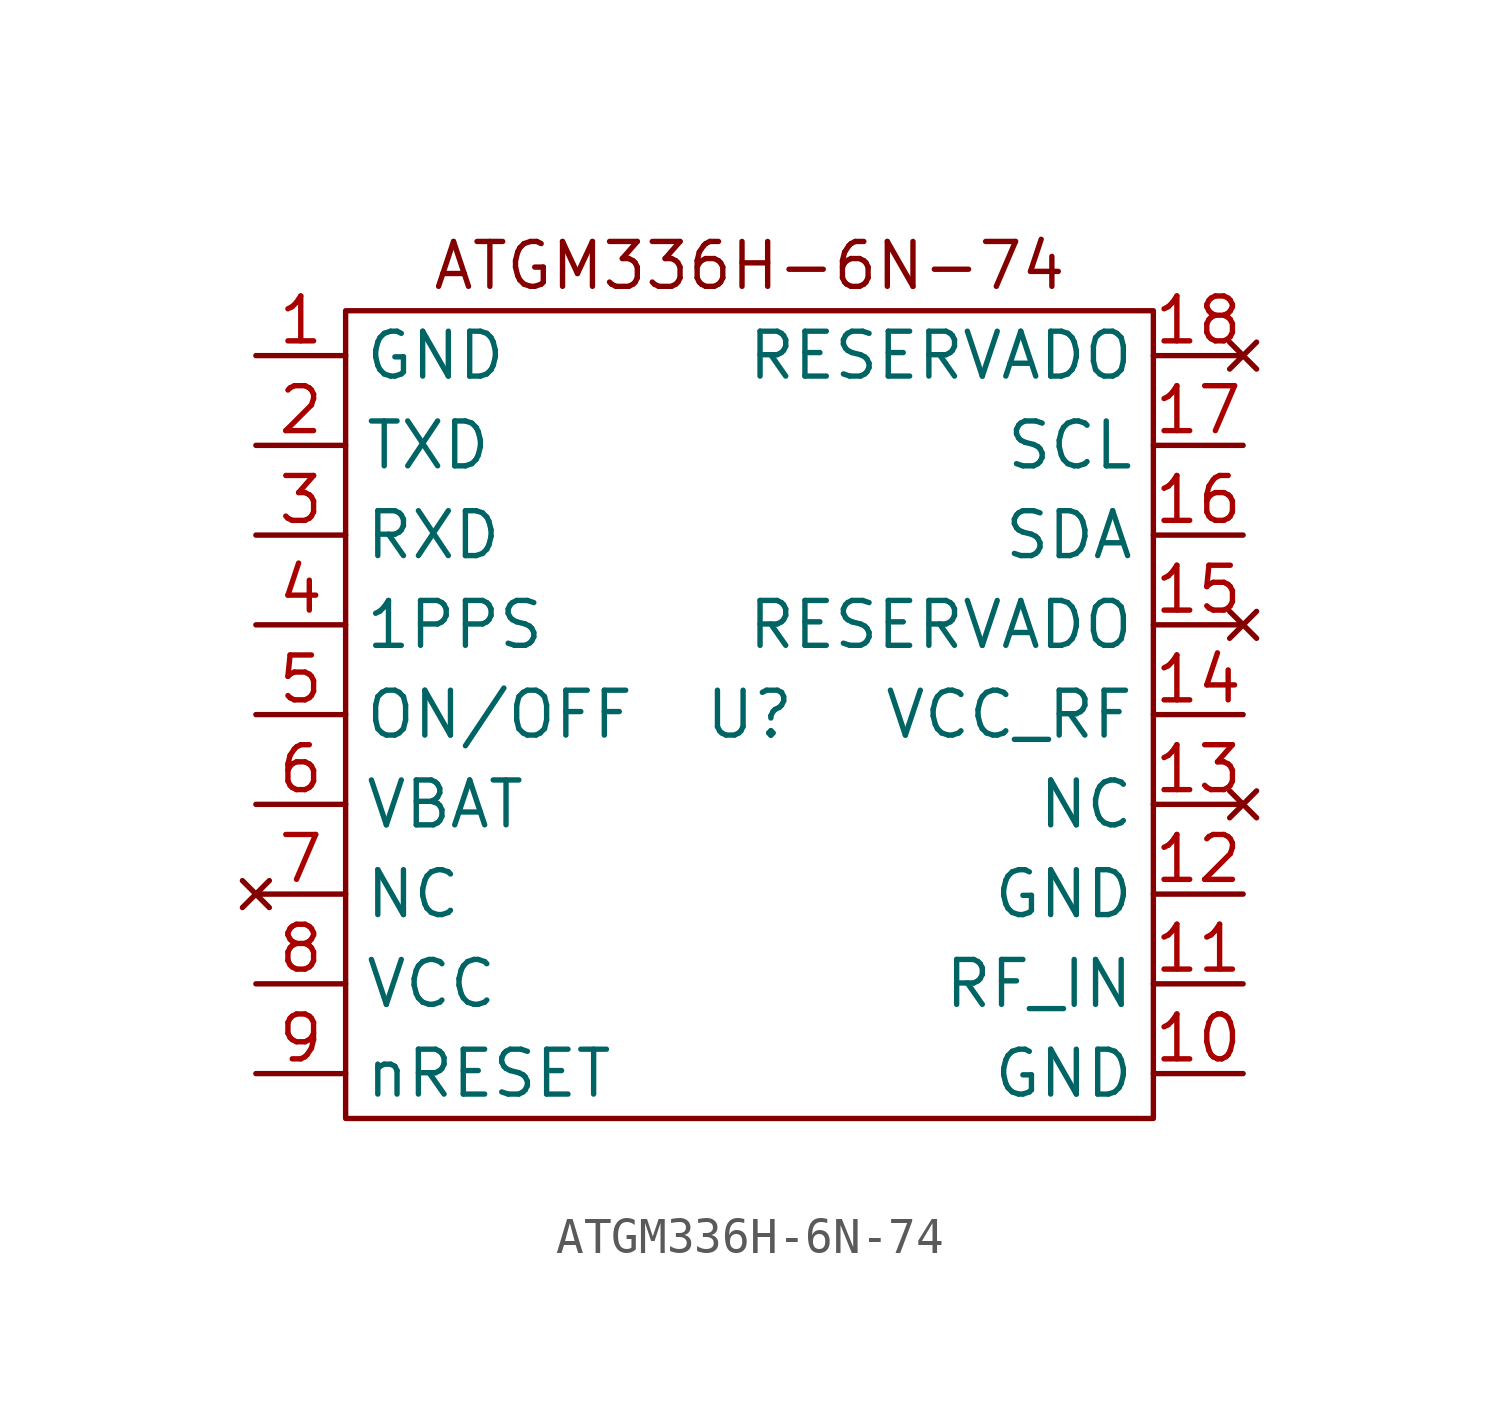
<source format=kicad_sym>
(kicad_symbol_lib
  (version 20220914)
  (generator kicad_symbol_editor)
  (symbol "ATGM336H-6N-74"
    (property "Reference" "U"
      (at 0 0 0)
      (effects (font (size 1.27 1.27))))
    (property "Value" ""
      (at 0 0 0)
      (effects (font (size 1.27 1.27))))
    (symbol "ATGM336H-6N-74_1_1"
      (text "ATGM336H-6N-74" (at 0 12.7 0) (effects (font (size 1.27 1.27))))
      (text_box "" (at -11.43 11.43 0) (size 22.86 -22.86) (stroke (width 0) (type default)) (fill (type color) (color 0 0 0 0)) (effects (font (size 1.27 1.27))))
      (pin power_in line (at -13.97 10.16 0) (length 2.54) (name "GND" (effects (font (size 1.27 1.27)))) (number "1" (effects (font (size 1.27 1.27)))))
      (pin power_in line (at 13.97 -10.16 180) (length 2.54) (name "GND" (effects (font (size 1.27 1.27)))) (number "10" (effects (font (size 1.27 1.27)))))
      (pin input line (at 13.97 -7.62 180) (length 2.54) (name "RF_IN" (effects (font (size 1.27 1.27)))) (number "11" (effects (font (size 1.27 1.27)))))
      (pin power_in line (at 13.97 -5.08 180) (length 2.54) (name "GND" (effects (font (size 1.27 1.27)))) (number "12" (effects (font (size 1.27 1.27)))))
      (pin no_connect line (at 13.97 -2.54 180) (length 2.54) (name "NC" (effects (font (size 1.27 1.27)))) (number "13" (effects (font (size 1.27 1.27)))))
      (pin power_out line (at 13.97 0 180) (length 2.54) (name "VCC_RF" (effects (font (size 1.27 1.27)))) (number "14" (effects (font (size 1.27 1.27)))))
      (pin no_connect line (at 13.97 2.54 180) (length 2.54) (name "RESERVADO" (effects (font (size 1.27 1.27)))) (number "15" (effects (font (size 1.27 1.27)))))
      (pin bidirectional line (at 13.97 5.08 180) (length 2.54) (name "SDA" (effects (font (size 1.27 1.27)))) (number "16" (effects (font (size 1.27 1.27)))))
      (pin output line (at 13.97 7.62 180) (length 2.54) (name "SCL" (effects (font (size 1.27 1.27)))) (number "17" (effects (font (size 1.27 1.27)))))
      (pin no_connect line (at 13.97 10.16 180) (length 2.54) (name "RESERVADO" (effects (font (size 1.27 1.27)))) (number "18" (effects (font (size 1.27 1.27)))))
      (pin output line (at -13.97 7.62 0) (length 2.54) (name "TXD" (effects (font (size 1.27 1.27)))) (number "2" (effects (font (size 1.27 1.27)))))
      (pin input line (at -13.97 5.08 0) (length 2.54) (name "RXD" (effects (font (size 1.27 1.27)))) (number "3" (effects (font (size 1.27 1.27)))))
      (pin output line (at -13.97 2.54 0) (length 2.54) (name "1PPS" (effects (font (size 1.27 1.27)))) (number "4" (effects (font (size 1.27 1.27)))))
      (pin input line (at -13.97 0 0) (length 2.54) (name "ON/OFF" (effects (font (size 1.27 1.27)))) (number "5" (effects (font (size 1.27 1.27)))))
      (pin power_in line (at -13.97 -2.54 0) (length 2.54) (name "VBAT" (effects (font (size 1.27 1.27)))) (number "6" (effects (font (size 1.27 1.27)))))
      (pin no_connect line (at -13.97 -5.08 0) (length 2.54) (name "NC" (effects (font (size 1.27 1.27)))) (number "7" (effects (font (size 1.27 1.27)))))
      (pin power_in line (at -13.97 -7.62 0) (length 2.54) (name "VCC" (effects (font (size 1.27 1.27)))) (number "8" (effects (font (size 1.27 1.27)))))
      (pin input line (at -13.97 -10.16 0) (length 2.54) (name "nRESET" (effects (font (size 1.27 1.27)))) (number "9" (effects (font (size 1.27 1.27))))))))
</source>
